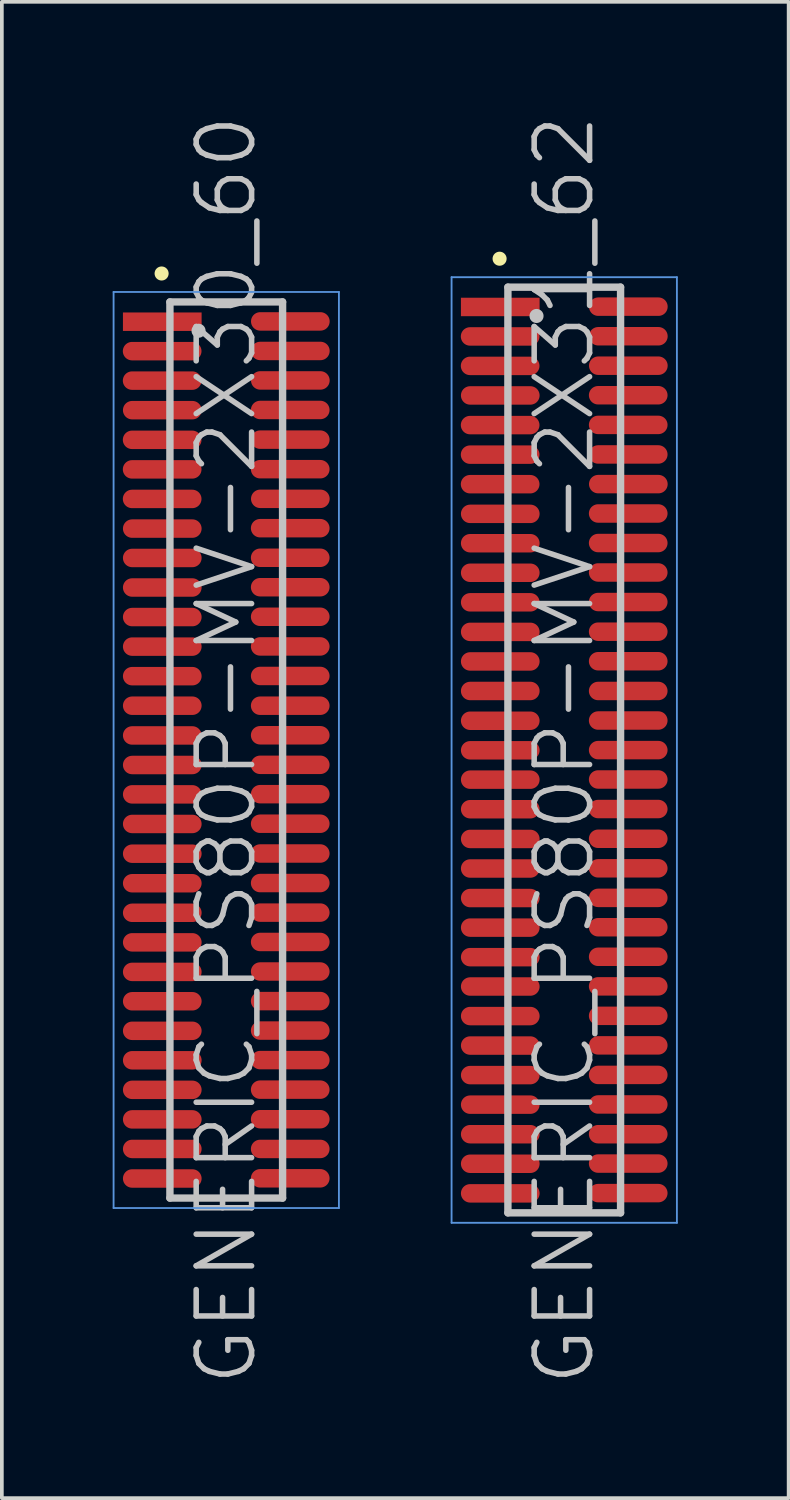
<source format=kicad_pcb>
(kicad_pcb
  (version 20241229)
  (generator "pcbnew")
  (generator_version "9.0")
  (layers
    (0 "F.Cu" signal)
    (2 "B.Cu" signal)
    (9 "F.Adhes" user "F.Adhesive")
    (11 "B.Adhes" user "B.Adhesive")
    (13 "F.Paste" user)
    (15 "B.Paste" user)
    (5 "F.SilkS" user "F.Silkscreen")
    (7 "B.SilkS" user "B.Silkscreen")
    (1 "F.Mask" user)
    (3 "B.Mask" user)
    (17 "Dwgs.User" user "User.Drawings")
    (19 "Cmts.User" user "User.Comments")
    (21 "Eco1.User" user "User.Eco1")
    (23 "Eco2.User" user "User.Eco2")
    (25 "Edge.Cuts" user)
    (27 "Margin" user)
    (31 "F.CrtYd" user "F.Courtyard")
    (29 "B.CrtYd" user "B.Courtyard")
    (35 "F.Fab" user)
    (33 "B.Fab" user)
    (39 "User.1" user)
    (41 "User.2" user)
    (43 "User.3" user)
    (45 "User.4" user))
  (footprint "GENERIC_PS80P-MV-2X30_60"
    (layer "F.Cu")
    (at 3.075 17.254)
    (property "Reference" "GENERIC_PS80P-MV-2X30_60" (at 0 0 90) (layer "Dwgs.User") (effects (font (size 1.5 1.5) (thickness 0.15))))
    (attr smd)
    (fp_line (start -1.75 -12.9) (end -1.75 -12.9) (stroke (width 0.381) (type solid)) (layer "F.SilkS"))
    (fp_line (start -1.525 -12.13) (end -1.525 12.13) (stroke (width 0.2) (type solid)) (layer "Dwgs.User"))
    (fp_line (start -1.525 -12.13) (end 1.525 -12.13) (stroke (width 0.2) (type solid)) (layer "Dwgs.User"))
    (fp_line (start -1.525 12.13) (end 1.525 12.13) (stroke (width 0.2) (type solid)) (layer "Dwgs.User"))
    (fp_line (start -0.75 -11.35) (end -0.75 -11.35) (stroke (width 0.381) (type solid)) (layer "Dwgs.User"))
    (fp_line (start 1.525 -12.13) (end 1.525 12.13) (stroke (width 0.2) (type solid)) (layer "Dwgs.User"))
    (fp_line (start -3.05 -12.4) (end -3.05 12.4) (stroke (width 0.05) (type solid)) (layer "Cmts.User"))
    (fp_line (start -3.05 -12.4) (end 3.05 -12.4) (stroke (width 0.05) (type solid)) (layer "Cmts.User"))
    (fp_line (start -3.05 12.4) (end 3.05 12.4) (stroke (width 0.05) (type solid)) (layer "Cmts.User"))
    (fp_line (start 3.05 -12.4) (end 3.05 12.4) (stroke (width 0.05) (type solid)) (layer "Cmts.User"))
    (pad "1" smd rect (at -1.732 -11.595 270) (size 0.5 2.13) (layers "F.Cu" "F.Mask" "F.Paste"))
    (pad "2" smd oval (at 1.735 -11.603 270) (size 0.5 2.13) (layers "F.Cu" "F.Mask" "F.Paste"))
    (pad "3" smd oval (at -1.735 -10.798 270) (size 0.5 2.13) (layers "F.Cu" "F.Mask" "F.Paste"))
    (pad "4" smd oval (at 1.735 -10.803 270) (size 0.5 2.13) (layers "F.Cu" "F.Mask" "F.Paste"))
    (pad "5" smd oval (at -1.735 -10 270) (size 0.5 2.13) (layers "F.Cu" "F.Mask" "F.Paste"))
    (pad "6" smd oval (at 1.735 -10.005 270) (size 0.5 2.13) (layers "F.Cu" "F.Mask" "F.Paste"))
    (pad "7" smd oval (at -1.732 -9.2 270) (size 0.5 2.13) (layers "F.Cu" "F.Mask" "F.Paste"))
    (pad "8" smd oval (at 1.732 -9.205 270) (size 0.5 2.13) (layers "F.Cu" "F.Mask" "F.Paste"))
    (pad "9" smd oval (at -1.735 -8.397 270) (size 0.5 2.13) (layers "F.Cu" "F.Mask" "F.Paste"))
    (pad "10" smd oval (at 1.732 -8.402 270) (size 0.5 2.13) (layers "F.Cu" "F.Mask" "F.Paste"))
    (pad "11" smd oval (at -1.735 -7.597 270) (size 0.5 2.13) (layers "F.Cu" "F.Mask" "F.Paste"))
    (pad "12" smd oval (at 1.732 -7.602 270) (size 0.5 2.13) (layers "F.Cu" "F.Mask" "F.Paste"))
    (pad "13" smd oval (at -1.735 -6.797 270) (size 0.5 2.13) (layers "F.Cu" "F.Mask" "F.Paste"))
    (pad "14" smd oval (at 1.735 -6.8 270) (size 0.5 2.13) (layers "F.Cu" "F.Mask" "F.Paste"))
    (pad "15" smd oval (at -1.732 -5.994 270) (size 0.5 2.13) (layers "F.Cu" "F.Mask" "F.Paste"))
    (pad "16" smd oval (at 1.732 -6.005 270) (size 0.5 2.13) (layers "F.Cu" "F.Mask" "F.Paste"))
    (pad "17" smd oval (at -1.732 -5.199 270) (size 0.5 2.13) (layers "F.Cu" "F.Mask" "F.Paste"))
    (pad "18" smd oval (at 1.732 -5.204 270) (size 0.5 2.13) (layers "F.Cu" "F.Mask" "F.Paste"))
    (pad "19" smd oval (at -1.732 -4.399 270) (size 0.5 2.13) (layers "F.Cu" "F.Mask" "F.Paste"))
    (pad "20" smd oval (at 1.732 -4.407 270) (size 0.5 2.13) (layers "F.Cu" "F.Mask" "F.Paste"))
    (pad "21" smd oval (at -1.732 -3.599 270) (size 0.5 2.13) (layers "F.Cu" "F.Mask" "F.Paste"))
    (pad "22" smd oval (at 1.732 -3.607 270) (size 0.5 2.13) (layers "F.Cu" "F.Mask" "F.Paste"))
    (pad "23" smd oval (at -1.732 -2.799 270) (size 0.5 2.13) (layers "F.Cu" "F.Mask" "F.Paste"))
    (pad "24" smd oval (at 1.732 -2.804 270) (size 0.5 2.13) (layers "F.Cu" "F.Mask" "F.Paste"))
    (pad "25" smd oval (at -1.732 -1.999 270) (size 0.5 2.13) (layers "F.Cu" "F.Mask" "F.Paste"))
    (pad "26" smd oval (at 1.732 -2.004 270) (size 0.5 2.13) (layers "F.Cu" "F.Mask" "F.Paste"))
    (pad "27" smd oval (at -1.732 -1.199 270) (size 0.5 2.13) (layers "F.Cu" "F.Mask" "F.Paste"))
    (pad "28" smd oval (at 1.732 -1.199 270) (size 0.5 2.13) (layers "F.Cu" "F.Mask" "F.Paste"))
    (pad "29" smd oval (at -1.732 -0.394 270) (size 0.5 2.13) (layers "F.Cu" "F.Mask" "F.Paste"))
    (pad "30" smd oval (at 1.732 -0.399 270) (size 0.5 2.13) (layers "F.Cu" "F.Mask" "F.Paste"))
    (pad "31" smd oval (at -1.732 0.406 270) (size 0.5 2.13) (layers "F.Cu" "F.Mask" "F.Paste"))
    (pad "32" smd oval (at 1.732 0.401 270) (size 0.5 2.13) (layers "F.Cu" "F.Mask" "F.Paste"))
    (pad "33" smd oval (at -1.732 1.201 270) (size 0.5 2.13) (layers "F.Cu" "F.Mask" "F.Paste"))
    (pad "34" smd oval (at 1.732 1.196 270) (size 0.5 2.13) (layers "F.Cu" "F.Mask" "F.Paste"))
    (pad "35" smd oval (at -1.732 2.002 270) (size 0.5 2.13) (layers "F.Cu" "F.Mask" "F.Paste"))
    (pad "36" smd oval (at 1.732 1.996 270) (size 0.5 2.13) (layers "F.Cu" "F.Mask" "F.Paste"))
    (pad "37" smd oval (at -1.732 2.807 270) (size 0.5 2.13) (layers "F.Cu" "F.Mask" "F.Paste"))
    (pad "38" smd oval (at 1.732 2.802 270) (size 0.5 2.13) (layers "F.Cu" "F.Mask" "F.Paste"))
    (pad "39" smd oval (at -1.732 3.607 270) (size 0.5 2.13) (layers "F.Cu" "F.Mask" "F.Paste"))
    (pad "40" smd oval (at 1.732 3.602 270) (size 0.5 2.13) (layers "F.Cu" "F.Mask" "F.Paste"))
    (pad "41" smd oval (at -1.732 4.407 270) (size 0.5 2.13) (layers "F.Cu" "F.Mask" "F.Paste"))
    (pad "42" smd oval (at 1.732 4.402 270) (size 0.5 2.13) (layers "F.Cu" "F.Mask" "F.Paste"))
    (pad "43" smd oval (at -1.732 5.207 270) (size 0.5 2.13) (layers "F.Cu" "F.Mask" "F.Paste"))
    (pad "44" smd oval (at 1.732 5.197 270) (size 0.5 2.13) (layers "F.Cu" "F.Mask" "F.Paste"))
    (pad "45" smd oval (at -1.732 6.007 270) (size 0.5 2.13) (layers "F.Cu" "F.Mask" "F.Paste"))
    (pad "46" smd oval (at 1.732 5.997 270) (size 0.5 2.13) (layers "F.Cu" "F.Mask" "F.Paste"))
    (pad "47" smd oval (at -1.732 6.802 270) (size 0.5 2.13) (layers "F.Cu" "F.Mask" "F.Paste"))
    (pad "48" smd oval (at 1.732 6.797 270) (size 0.5 2.13) (layers "F.Cu" "F.Mask" "F.Paste"))
    (pad "49" smd oval (at -1.732 7.602 270) (size 0.5 2.13) (layers "F.Cu" "F.Mask" "F.Paste"))
    (pad "50" smd oval (at 1.732 7.595 270) (size 0.5 2.13) (layers "F.Cu" "F.Mask" "F.Paste"))
    (pad "51" smd oval (at -1.732 8.4 270) (size 0.5 2.13) (layers "F.Cu" "F.Mask" "F.Paste"))
    (pad "52" smd oval (at 1.732 8.395 270) (size 0.5 2.13) (layers "F.Cu" "F.Mask" "F.Paste"))
    (pad "53" smd oval (at -1.732 9.2 270) (size 0.5 2.13) (layers "F.Cu" "F.Mask" "F.Paste"))
    (pad "54" smd oval (at 1.732 9.195 270) (size 0.5 2.13) (layers "F.Cu" "F.Mask" "F.Paste"))
    (pad "55" smd oval (at -1.732 10 270) (size 0.5 2.13) (layers "F.Cu" "F.Mask" "F.Paste"))
    (pad "56" smd oval (at 1.732 9.995 270) (size 0.5 2.13) (layers "F.Cu" "F.Mask" "F.Paste"))
    (pad "57" smd oval (at -1.732 10.8 270) (size 0.5 2.13) (layers "F.Cu" "F.Mask" "F.Paste"))
    (pad "58" smd oval (at 1.732 10.8 270) (size 0.5 2.13) (layers "F.Cu" "F.Mask" "F.Paste"))
    (pad "59" smd oval (at -1.732 11.6 270) (size 0.5 2.13) (layers "F.Cu" "F.Mask" "F.Paste"))
    (pad "60" smd oval (at 1.732 11.595 270) (size 0.5 2.13) (layers "F.Cu" "F.Mask" "F.Paste")))
  (footprint "GENERIC_PS80P-MV-2X31_62"
    (layer "F.Cu")
    (at 12.225 17.254)
    (property "Reference" "GENERIC_PS80P-MV-2X31_62" (at 0 0 90) (layer "Dwgs.User") (effects (font (size 1.5 1.5) (thickness 0.15))))
    (attr smd)
    (fp_line (start -1.75 -13.3) (end -1.75 -13.3) (stroke (width 0.381) (type solid)) (layer "F.SilkS"))
    (fp_line (start -1.525 -12.53) (end -1.525 12.53) (stroke (width 0.2) (type solid)) (layer "Dwgs.User"))
    (fp_line (start -1.525 -12.53) (end 1.525 -12.53) (stroke (width 0.2) (type solid)) (layer "Dwgs.User"))
    (fp_line (start -1.525 12.53) (end 1.525 12.53) (stroke (width 0.2) (type solid)) (layer "Dwgs.User"))
    (fp_line (start -0.75 -11.75) (end -0.75 -11.75) (stroke (width 0.381) (type solid)) (layer "Dwgs.User"))
    (fp_line (start 1.525 -12.53) (end 1.525 12.53) (stroke (width 0.2) (type solid)) (layer "Dwgs.User"))
    (fp_line (start -3.05 -12.8) (end -3.05 12.8) (stroke (width 0.05) (type solid)) (layer "Cmts.User"))
    (fp_line (start -3.05 -12.8) (end 3.05 -12.8) (stroke (width 0.05) (type solid)) (layer "Cmts.User"))
    (fp_line (start -3.05 12.8) (end 3.05 12.8) (stroke (width 0.05) (type solid)) (layer "Cmts.User"))
    (fp_line (start 3.05 -12.8) (end 3.05 12.8) (stroke (width 0.05) (type solid)) (layer "Cmts.User"))
    (pad "1" smd rect (at -1.732 -11.994 270) (size 0.5 2.13) (layers "F.Cu" "F.Mask" "F.Paste"))
    (pad "2" smd oval (at 1.735 -12.002 270) (size 0.5 2.13) (layers "F.Cu" "F.Mask" "F.Paste"))
    (pad "3" smd oval (at -1.735 -11.196 270) (size 0.5 2.13) (layers "F.Cu" "F.Mask" "F.Paste"))
    (pad "4" smd oval (at 1.735 -11.201 270) (size 0.5 2.13) (layers "F.Cu" "F.Mask" "F.Paste"))
    (pad "5" smd oval (at -1.735 -10.399 270) (size 0.5 2.13) (layers "F.Cu" "F.Mask" "F.Paste"))
    (pad "6" smd oval (at 1.735 -10.404 270) (size 0.5 2.13) (layers "F.Cu" "F.Mask" "F.Paste"))
    (pad "7" smd oval (at -1.732 -9.599 270) (size 0.5 2.13) (layers "F.Cu" "F.Mask" "F.Paste"))
    (pad "8" smd oval (at 1.732 -9.604 270) (size 0.5 2.13) (layers "F.Cu" "F.Mask" "F.Paste"))
    (pad "9" smd oval (at -1.735 -8.796 270) (size 0.5 2.13) (layers "F.Cu" "F.Mask" "F.Paste"))
    (pad "10" smd oval (at 1.732 -8.801 270) (size 0.5 2.13) (layers "F.Cu" "F.Mask" "F.Paste"))
    (pad "11" smd oval (at -1.735 -7.996 270) (size 0.5 2.13) (layers "F.Cu" "F.Mask" "F.Paste"))
    (pad "12" smd oval (at 1.732 -8.001 270) (size 0.5 2.13) (layers "F.Cu" "F.Mask" "F.Paste"))
    (pad "13" smd oval (at -1.735 -7.196 270) (size 0.5 2.13) (layers "F.Cu" "F.Mask" "F.Paste"))
    (pad "14" smd oval (at 1.735 -7.198 270) (size 0.5 2.13) (layers "F.Cu" "F.Mask" "F.Paste"))
    (pad "15" smd oval (at -1.732 -6.393 270) (size 0.5 2.13) (layers "F.Cu" "F.Mask" "F.Paste"))
    (pad "16" smd oval (at 1.732 -6.403 270) (size 0.5 2.13) (layers "F.Cu" "F.Mask" "F.Paste"))
    (pad "17" smd oval (at -1.732 -5.598 270) (size 0.5 2.13) (layers "F.Cu" "F.Mask" "F.Paste"))
    (pad "18" smd oval (at 1.732 -5.603 270) (size 0.5 2.13) (layers "F.Cu" "F.Mask" "F.Paste"))
    (pad "19" smd oval (at -1.732 -4.798 270) (size 0.5 2.13) (layers "F.Cu" "F.Mask" "F.Paste"))
    (pad "20" smd oval (at 1.732 -4.806 270) (size 0.5 2.13) (layers "F.Cu" "F.Mask" "F.Paste"))
    (pad "21" smd oval (at -1.732 -3.998 270) (size 0.5 2.13) (layers "F.Cu" "F.Mask" "F.Paste"))
    (pad "22" smd oval (at 1.732 -4.006 270) (size 0.5 2.13) (layers "F.Cu" "F.Mask" "F.Paste"))
    (pad "23" smd oval (at -1.732 -3.198 270) (size 0.5 2.13) (layers "F.Cu" "F.Mask" "F.Paste"))
    (pad "24" smd oval (at 1.732 -3.203 270) (size 0.5 2.13) (layers "F.Cu" "F.Mask" "F.Paste"))
    (pad "25" smd oval (at -1.732 -2.398 270) (size 0.5 2.13) (layers "F.Cu" "F.Mask" "F.Paste"))
    (pad "26" smd oval (at 1.732 -2.403 270) (size 0.5 2.13) (layers "F.Cu" "F.Mask" "F.Paste"))
    (pad "27" smd oval (at -1.732 -1.598 270) (size 0.5 2.13) (layers "F.Cu" "F.Mask" "F.Paste"))
    (pad "28" smd oval (at 1.732 -1.598 270) (size 0.5 2.13) (layers "F.Cu" "F.Mask" "F.Paste"))
    (pad "29" smd oval (at -1.732 -0.792 270) (size 0.5 2.13) (layers "F.Cu" "F.Mask" "F.Paste"))
    (pad "30" smd oval (at 1.732 -0.798 270) (size 0.5 2.13) (layers "F.Cu" "F.Mask" "F.Paste"))
    (pad "31" smd oval (at -1.732 0.008 270) (size 0.5 2.13) (layers "F.Cu" "F.Mask" "F.Paste"))
    (pad "32" smd oval (at 1.732 0.003 270) (size 0.5 2.13) (layers "F.Cu" "F.Mask" "F.Paste"))
    (pad "33" smd oval (at -1.732 0.803 270) (size 0.5 2.13) (layers "F.Cu" "F.Mask" "F.Paste"))
    (pad "34" smd oval (at 1.732 0.798 270) (size 0.5 2.13) (layers "F.Cu" "F.Mask" "F.Paste"))
    (pad "35" smd oval (at -1.732 1.603 270) (size 0.5 2.13) (layers "F.Cu" "F.Mask" "F.Paste"))
    (pad "36" smd oval (at 1.732 1.598 270) (size 0.5 2.13) (layers "F.Cu" "F.Mask" "F.Paste"))
    (pad "37" smd oval (at -1.732 2.408 270) (size 0.5 2.13) (layers "F.Cu" "F.Mask" "F.Paste"))
    (pad "38" smd oval (at 1.732 2.403 270) (size 0.5 2.13) (layers "F.Cu" "F.Mask" "F.Paste"))
    (pad "39" smd oval (at -1.732 3.208 270) (size 0.5 2.13) (layers "F.Cu" "F.Mask" "F.Paste"))
    (pad "40" smd oval (at 1.732 3.203 270) (size 0.5 2.13) (layers "F.Cu" "F.Mask" "F.Paste"))
    (pad "41" smd oval (at -1.732 4.008 270) (size 0.5 2.13) (layers "F.Cu" "F.Mask" "F.Paste"))
    (pad "42" smd oval (at 1.732 4.003 270) (size 0.5 2.13) (layers "F.Cu" "F.Mask" "F.Paste"))
    (pad "43" smd oval (at -1.732 4.808 270) (size 0.5 2.13) (layers "F.Cu" "F.Mask" "F.Paste"))
    (pad "44" smd oval (at 1.732 4.798 270) (size 0.5 2.13) (layers "F.Cu" "F.Mask" "F.Paste"))
    (pad "45" smd oval (at -1.732 5.608 270) (size 0.5 2.13) (layers "F.Cu" "F.Mask" "F.Paste"))
    (pad "46" smd oval (at 1.732 5.598 270) (size 0.5 2.13) (layers "F.Cu" "F.Mask" "F.Paste"))
    (pad "47" smd oval (at -1.732 6.403 270) (size 0.5 2.13) (layers "F.Cu" "F.Mask" "F.Paste"))
    (pad "48" smd oval (at 1.732 6.398 270) (size 0.5 2.13) (layers "F.Cu" "F.Mask" "F.Paste"))
    (pad "49" smd oval (at -1.732 7.203 270) (size 0.5 2.13) (layers "F.Cu" "F.Mask" "F.Paste"))
    (pad "50" smd oval (at 1.732 7.196 270) (size 0.5 2.13) (layers "F.Cu" "F.Mask" "F.Paste"))
    (pad "51" smd oval (at -1.732 8.001 270) (size 0.5 2.13) (layers "F.Cu" "F.Mask" "F.Paste"))
    (pad "52" smd oval (at 1.732 7.996 270) (size 0.5 2.13) (layers "F.Cu" "F.Mask" "F.Paste"))
    (pad "53" smd oval (at -1.732 8.801 270) (size 0.5 2.13) (layers "F.Cu" "F.Mask" "F.Paste"))
    (pad "54" smd oval (at 1.732 8.796 270) (size 0.5 2.13) (layers "F.Cu" "F.Mask" "F.Paste"))
    (pad "55" smd oval (at -1.732 9.601 270) (size 0.5 2.13) (layers "F.Cu" "F.Mask" "F.Paste"))
    (pad "56" smd oval (at 1.732 9.596 270) (size 0.5 2.13) (layers "F.Cu" "F.Mask" "F.Paste"))
    (pad "57" smd oval (at -1.732 10.401 270) (size 0.5 2.13) (layers "F.Cu" "F.Mask" "F.Paste"))
    (pad "58" smd oval (at 1.732 10.401 270) (size 0.5 2.13) (layers "F.Cu" "F.Mask" "F.Paste"))
    (pad "59" smd oval (at -1.732 11.201 270) (size 0.5 2.13) (layers "F.Cu" "F.Mask" "F.Paste"))
    (pad "60" smd oval (at 1.732 11.196 270) (size 0.5 2.13) (layers "F.Cu" "F.Mask" "F.Paste"))
    (pad "61" smd oval (at -1.732 12.002 270) (size 0.5 2.13) (layers "F.Cu" "F.Mask" "F.Paste"))
    (pad "62" smd oval (at 1.732 11.996 270) (size 0.5 2.13) (layers "F.Cu" "F.Mask" "F.Paste")))
  (gr_rect
    (start -3 -3)
    (end 18.3 37.507)
    (stroke (width 0.1) (type default))
    (fill no)
    (layer "Edge.Cuts")))
</source>
